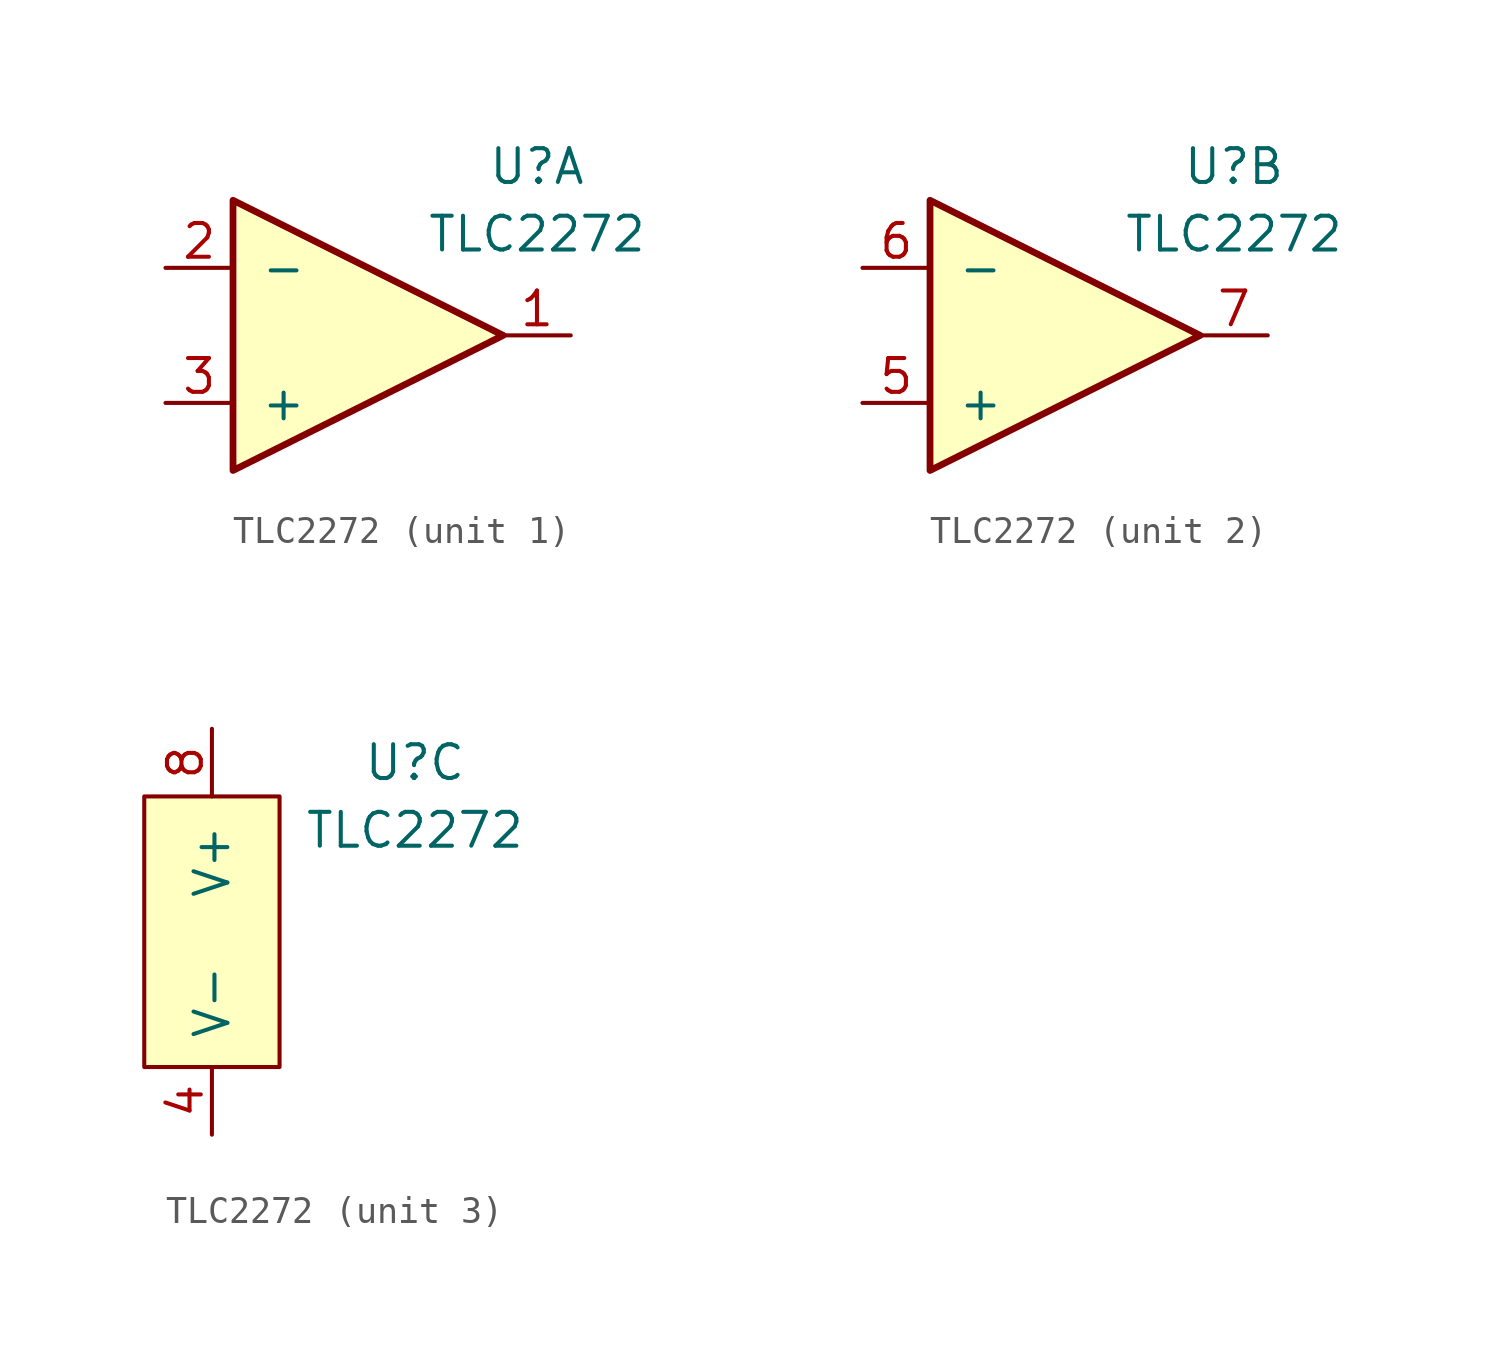
<source format=kicad_sym>
(kicad_symbol_lib
  (version 20220914)
  (generator kicad_symbol_editor)
  (symbol "TLC2272"
    (pin_names
      (offset 1.016))
    (property "Reference" "U"
      (at 7.62 6.35 0)
      (effects (font (size 1.27 1.27))))
    (property "Value" "TLC2272"
      (at 7.62 3.81 0)
      (effects (font (size 1.27 1.27))))
    (symbol "TLC2272_1_1"
      (polyline (pts (xy -3.81 5.08) (xy 6.35 0) (xy -3.81 -5.08) (xy -3.81 5.08)) (stroke (width 0.254) (type default)) (fill (type background)))
      (pin output line (at 8.89 0 180) (length 2.54) (name "~" (effects (font (size 1.27 1.27)))) (number "1" (effects (font (size 1.27 1.27)))))
      (pin input line (at -6.35 2.54 0) (length 2.54) (name "-" (effects (font (size 1.27 1.27)))) (number "2" (effects (font (size 1.27 1.27)))))
      (pin input line (at -6.35 -2.54 0) (length 2.54) (name "+" (effects (font (size 1.27 1.27)))) (number "3" (effects (font (size 1.27 1.27))))))
    (symbol "TLC2272_2_1"
      (polyline (pts (xy -3.81 5.08) (xy 6.35 0) (xy -3.81 -5.08) (xy -3.81 5.08)) (stroke (width 0.254) (type default)) (fill (type background)))
      (pin input line (at -6.35 -2.54 0) (length 2.54) (name "+" (effects (font (size 1.27 1.27)))) (number "5" (effects (font (size 1.27 1.27)))))
      (pin input line (at -6.35 2.54 0) (length 2.54) (name "-" (effects (font (size 1.27 1.27)))) (number "6" (effects (font (size 1.27 1.27)))))
      (pin output line (at 8.89 0 180) (length 2.54) (name "~" (effects (font (size 1.27 1.27)))) (number "7" (effects (font (size 1.27 1.27))))))
    (symbol "TLC2272_3_1"
      (rectangle (start -2.54 5.08) (end 2.54 -5.08) (stroke (width 0) (type default)) (fill (type background)))
      (pin passive line (at 0 -7.62 90) (length 2.54) (name "V-" (effects (font (size 1.27 1.27)))) (number "4" (effects (font (size 1.27 1.27)))))
      (pin passive line (at 0 7.62 270) (length 2.54) (name "V+" (effects (font (size 1.27 1.27)))) (number "8" (effects (font (size 1.27 1.27))))))))
</source>
